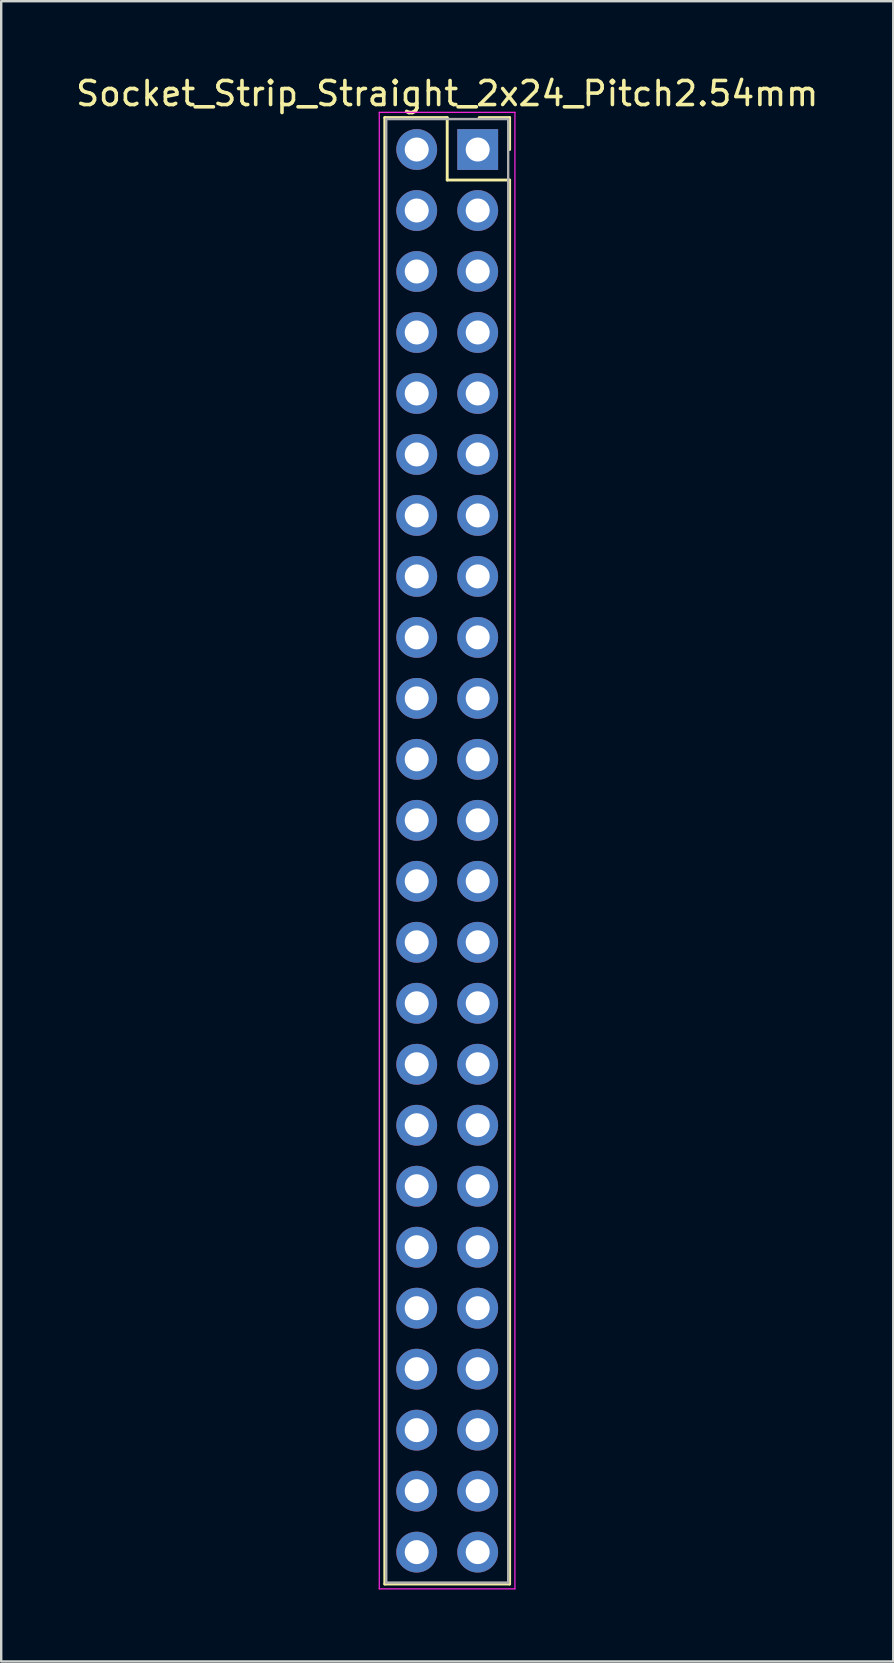
<source format=kicad_pcb>
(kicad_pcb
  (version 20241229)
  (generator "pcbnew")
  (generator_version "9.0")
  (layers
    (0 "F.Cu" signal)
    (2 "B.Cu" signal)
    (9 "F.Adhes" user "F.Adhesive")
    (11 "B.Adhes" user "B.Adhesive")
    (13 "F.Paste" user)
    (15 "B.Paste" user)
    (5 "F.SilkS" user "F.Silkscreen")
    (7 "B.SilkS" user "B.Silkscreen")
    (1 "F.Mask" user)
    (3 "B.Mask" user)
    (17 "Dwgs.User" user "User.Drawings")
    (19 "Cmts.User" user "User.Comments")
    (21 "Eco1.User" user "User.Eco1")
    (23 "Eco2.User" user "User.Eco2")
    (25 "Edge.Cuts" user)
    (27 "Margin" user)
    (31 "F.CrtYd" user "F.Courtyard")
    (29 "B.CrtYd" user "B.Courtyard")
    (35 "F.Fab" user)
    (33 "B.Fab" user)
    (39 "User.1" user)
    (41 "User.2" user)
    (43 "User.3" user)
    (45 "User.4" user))
  (footprint "Socket_Strip_Straight_2x24_Pitch2.54mm"
    (layer "F.Cu")
    (at 16.847 3.178)
    (property "Reference" "Socket_Strip_Straight_2x24_Pitch2.54mm" (at -1.27 -2.33 0) (layer "F.SilkS") (effects (font (size 1 1) (thickness 0.15))))
    (attr through_hole)
    (fp_line (start -3.87 -1.33) (end -1.27 -1.33) (stroke (width 0.12) (type solid)) (layer "F.SilkS"))
    (fp_line (start -3.87 59.75) (end -3.87 -1.33) (stroke (width 0.12) (type solid)) (layer "F.SilkS"))
    (fp_line (start -1.27 -1.33) (end -1.27 1.27) (stroke (width 0.12) (type solid)) (layer "F.SilkS"))
    (fp_line (start -1.27 1.27) (end 1.33 1.27) (stroke (width 0.12) (type solid)) (layer "F.SilkS"))
    (fp_line (start 1.33 -1.33) (end 0.06 -1.33) (stroke (width 0.12) (type solid)) (layer "F.SilkS"))
    (fp_line (start 1.33 0) (end 1.33 -1.33) (stroke (width 0.12) (type solid)) (layer "F.SilkS"))
    (fp_line (start 1.33 1.27) (end 1.33 59.75) (stroke (width 0.12) (type solid)) (layer "F.SilkS"))
    (fp_line (start 1.33 59.75) (end -3.87 59.75) (stroke (width 0.12) (type solid)) (layer "F.SilkS"))
    (fp_line (start -4.1 -1.55) (end -4.1 59.95) (stroke (width 0.05) (type solid)) (layer "F.CrtYd"))
    (fp_line (start -4.1 59.95) (end 1.55 59.95) (stroke (width 0.05) (type solid)) (layer "F.CrtYd"))
    (fp_line (start 1.55 -1.55) (end -4.1 -1.55) (stroke (width 0.05) (type solid)) (layer "F.CrtYd"))
    (fp_line (start 1.55 59.95) (end 1.55 -1.55) (stroke (width 0.05) (type solid)) (layer "F.CrtYd"))
    (fp_line (start -3.81 -1.27) (end -3.81 59.69) (stroke (width 0.1) (type solid)) (layer "F.Fab"))
    (fp_line (start -3.81 59.69) (end 1.27 59.69) (stroke (width 0.1) (type solid)) (layer "F.Fab"))
    (fp_line (start 1.27 -1.27) (end -3.81 -1.27) (stroke (width 0.1) (type solid)) (layer "F.Fab"))
    (fp_line (start 1.27 59.69) (end 1.27 -1.27) (stroke (width 0.1) (type solid)) (layer "F.Fab"))
    (pad "1" thru_hole rect (at 0 0) (size 1.7 1.7) (drill 1) (layers "*.Cu" "*.Mask"))
    (pad "2" thru_hole oval (at -2.54 0) (size 1.7 1.7) (drill 1) (layers "*.Cu" "*.Mask"))
    (pad "3" thru_hole oval (at 0 2.54) (size 1.7 1.7) (drill 1) (layers "*.Cu" "*.Mask"))
    (pad "4" thru_hole oval (at -2.54 2.54) (size 1.7 1.7) (drill 1) (layers "*.Cu" "*.Mask"))
    (pad "5" thru_hole oval (at 0 5.08) (size 1.7 1.7) (drill 1) (layers "*.Cu" "*.Mask"))
    (pad "6" thru_hole oval (at -2.54 5.08) (size 1.7 1.7) (drill 1) (layers "*.Cu" "*.Mask"))
    (pad "7" thru_hole oval (at 0 7.62) (size 1.7 1.7) (drill 1) (layers "*.Cu" "*.Mask"))
    (pad "8" thru_hole oval (at -2.54 7.62) (size 1.7 1.7) (drill 1) (layers "*.Cu" "*.Mask"))
    (pad "9" thru_hole oval (at 0 10.16) (size 1.7 1.7) (drill 1) (layers "*.Cu" "*.Mask"))
    (pad "10" thru_hole oval (at -2.54 10.16) (size 1.7 1.7) (drill 1) (layers "*.Cu" "*.Mask"))
    (pad "11" thru_hole oval (at 0 12.7) (size 1.7 1.7) (drill 1) (layers "*.Cu" "*.Mask"))
    (pad "12" thru_hole oval (at -2.54 12.7) (size 1.7 1.7) (drill 1) (layers "*.Cu" "*.Mask"))
    (pad "13" thru_hole oval (at 0 15.24) (size 1.7 1.7) (drill 1) (layers "*.Cu" "*.Mask"))
    (pad "14" thru_hole oval (at -2.54 15.24) (size 1.7 1.7) (drill 1) (layers "*.Cu" "*.Mask"))
    (pad "15" thru_hole oval (at 0 17.78) (size 1.7 1.7) (drill 1) (layers "*.Cu" "*.Mask"))
    (pad "16" thru_hole oval (at -2.54 17.78) (size 1.7 1.7) (drill 1) (layers "*.Cu" "*.Mask"))
    (pad "17" thru_hole oval (at 0 20.32) (size 1.7 1.7) (drill 1) (layers "*.Cu" "*.Mask"))
    (pad "18" thru_hole oval (at -2.54 20.32) (size 1.7 1.7) (drill 1) (layers "*.Cu" "*.Mask"))
    (pad "19" thru_hole oval (at 0 22.86) (size 1.7 1.7) (drill 1) (layers "*.Cu" "*.Mask"))
    (pad "20" thru_hole oval (at -2.54 22.86) (size 1.7 1.7) (drill 1) (layers "*.Cu" "*.Mask"))
    (pad "21" thru_hole oval (at 0 25.4) (size 1.7 1.7) (drill 1) (layers "*.Cu" "*.Mask"))
    (pad "22" thru_hole oval (at -2.54 25.4) (size 1.7 1.7) (drill 1) (layers "*.Cu" "*.Mask"))
    (pad "23" thru_hole oval (at 0 27.94) (size 1.7 1.7) (drill 1) (layers "*.Cu" "*.Mask"))
    (pad "24" thru_hole oval (at -2.54 27.94) (size 1.7 1.7) (drill 1) (layers "*.Cu" "*.Mask"))
    (pad "25" thru_hole oval (at 0 30.48) (size 1.7 1.7) (drill 1) (layers "*.Cu" "*.Mask"))
    (pad "26" thru_hole oval (at -2.54 30.48) (size 1.7 1.7) (drill 1) (layers "*.Cu" "*.Mask"))
    (pad "27" thru_hole oval (at 0 33.02) (size 1.7 1.7) (drill 1) (layers "*.Cu" "*.Mask"))
    (pad "28" thru_hole oval (at -2.54 33.02) (size 1.7 1.7) (drill 1) (layers "*.Cu" "*.Mask"))
    (pad "29" thru_hole oval (at 0 35.56) (size 1.7 1.7) (drill 1) (layers "*.Cu" "*.Mask"))
    (pad "30" thru_hole oval (at -2.54 35.56) (size 1.7 1.7) (drill 1) (layers "*.Cu" "*.Mask"))
    (pad "31" thru_hole oval (at 0 38.1) (size 1.7 1.7) (drill 1) (layers "*.Cu" "*.Mask"))
    (pad "32" thru_hole oval (at -2.54 38.1) (size 1.7 1.7) (drill 1) (layers "*.Cu" "*.Mask"))
    (pad "33" thru_hole oval (at 0 40.64) (size 1.7 1.7) (drill 1) (layers "*.Cu" "*.Mask"))
    (pad "34" thru_hole oval (at -2.54 40.64) (size 1.7 1.7) (drill 1) (layers "*.Cu" "*.Mask"))
    (pad "35" thru_hole oval (at 0 43.18) (size 1.7 1.7) (drill 1) (layers "*.Cu" "*.Mask"))
    (pad "36" thru_hole oval (at -2.54 43.18) (size 1.7 1.7) (drill 1) (layers "*.Cu" "*.Mask"))
    (pad "37" thru_hole oval (at 0 45.72) (size 1.7 1.7) (drill 1) (layers "*.Cu" "*.Mask"))
    (pad "38" thru_hole oval (at -2.54 45.72) (size 1.7 1.7) (drill 1) (layers "*.Cu" "*.Mask"))
    (pad "39" thru_hole oval (at 0 48.26) (size 1.7 1.7) (drill 1) (layers "*.Cu" "*.Mask"))
    (pad "40" thru_hole oval (at -2.54 48.26) (size 1.7 1.7) (drill 1) (layers "*.Cu" "*.Mask"))
    (pad "41" thru_hole oval (at 0 50.8) (size 1.7 1.7) (drill 1) (layers "*.Cu" "*.Mask"))
    (pad "42" thru_hole oval (at -2.54 50.8) (size 1.7 1.7) (drill 1) (layers "*.Cu" "*.Mask"))
    (pad "43" thru_hole oval (at 0 53.34) (size 1.7 1.7) (drill 1) (layers "*.Cu" "*.Mask"))
    (pad "44" thru_hole oval (at -2.54 53.34) (size 1.7 1.7) (drill 1) (layers "*.Cu" "*.Mask"))
    (pad "45" thru_hole oval (at 0 55.88) (size 1.7 1.7) (drill 1) (layers "*.Cu" "*.Mask"))
    (pad "46" thru_hole oval (at -2.54 55.88) (size 1.7 1.7) (drill 1) (layers "*.Cu" "*.Mask"))
    (pad "47" thru_hole oval (at 0 58.42) (size 1.7 1.7) (drill 1) (layers "*.Cu" "*.Mask"))
    (pad "48" thru_hole oval (at -2.54 58.42) (size 1.7 1.7) (drill 1) (layers "*.Cu" "*.Mask")))
  (gr_rect
    (start -3 -3)
    (end 34.155 66.153)
    (stroke (width 0.1) (type default))
    (fill no)
    (layer "Edge.Cuts")))
</source>
